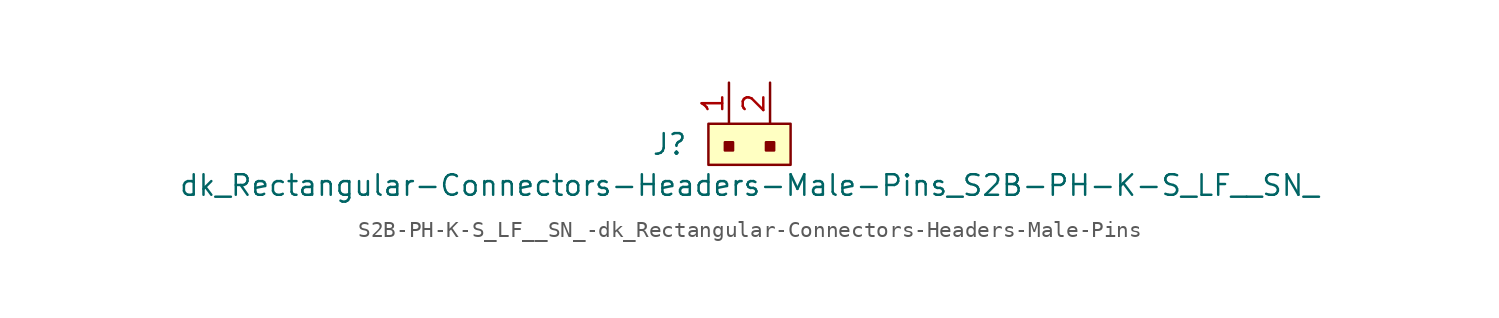
<source format=kicad_sym>
(kicad_symbol_lib
  (version 20220914)
  (generator kicad_symbol_editor)
  (symbol "S2B-PH-K-S_LF__SN_-dk_Rectangular-Connectors-Headers-Male-Pins"
    (pin_names
      (offset 1.016))
    (property "Reference" "J"
      (at -2.54 -1.27 0)
      (effects (font (size 1.27 1.27)) (justify right)))
    (property "Value" "dk_Rectangular-Connectors-Headers-Male-Pins_S2B-PH-K-S_LF__SN_"
      (at 1.27 -3.81 0)
      (effects (font (size 1.27 1.27))))
    (symbol "S2B-PH-K-S_LF__SN_-dk_Rectangular-Connectors-Headers-Male-Pins_1_1"
      (rectangle (start -1.27 0) (end 3.81 -2.54) (stroke (width 0) (type solid)) (fill (type background)))
      (rectangle (start -0.254 -1.143) (end 0.254 -1.651) (stroke (width 0) (type solid)) (fill (type outline)))
      (rectangle (start 2.286 -1.143) (end 2.794 -1.651) (stroke (width 0) (type solid)) (fill (type outline)))
      (pin passive line (at 0 2.54 270) (length 2.54) (name "~" (effects (font (size 1.27 1.27)))) (number "1" (effects (font (size 1.27 1.27)))))
      (pin passive line (at 2.54 2.54 270) (length 2.54) (name "~" (effects (font (size 1.27 1.27)))) (number "2" (effects (font (size 1.27 1.27))))))))
</source>
